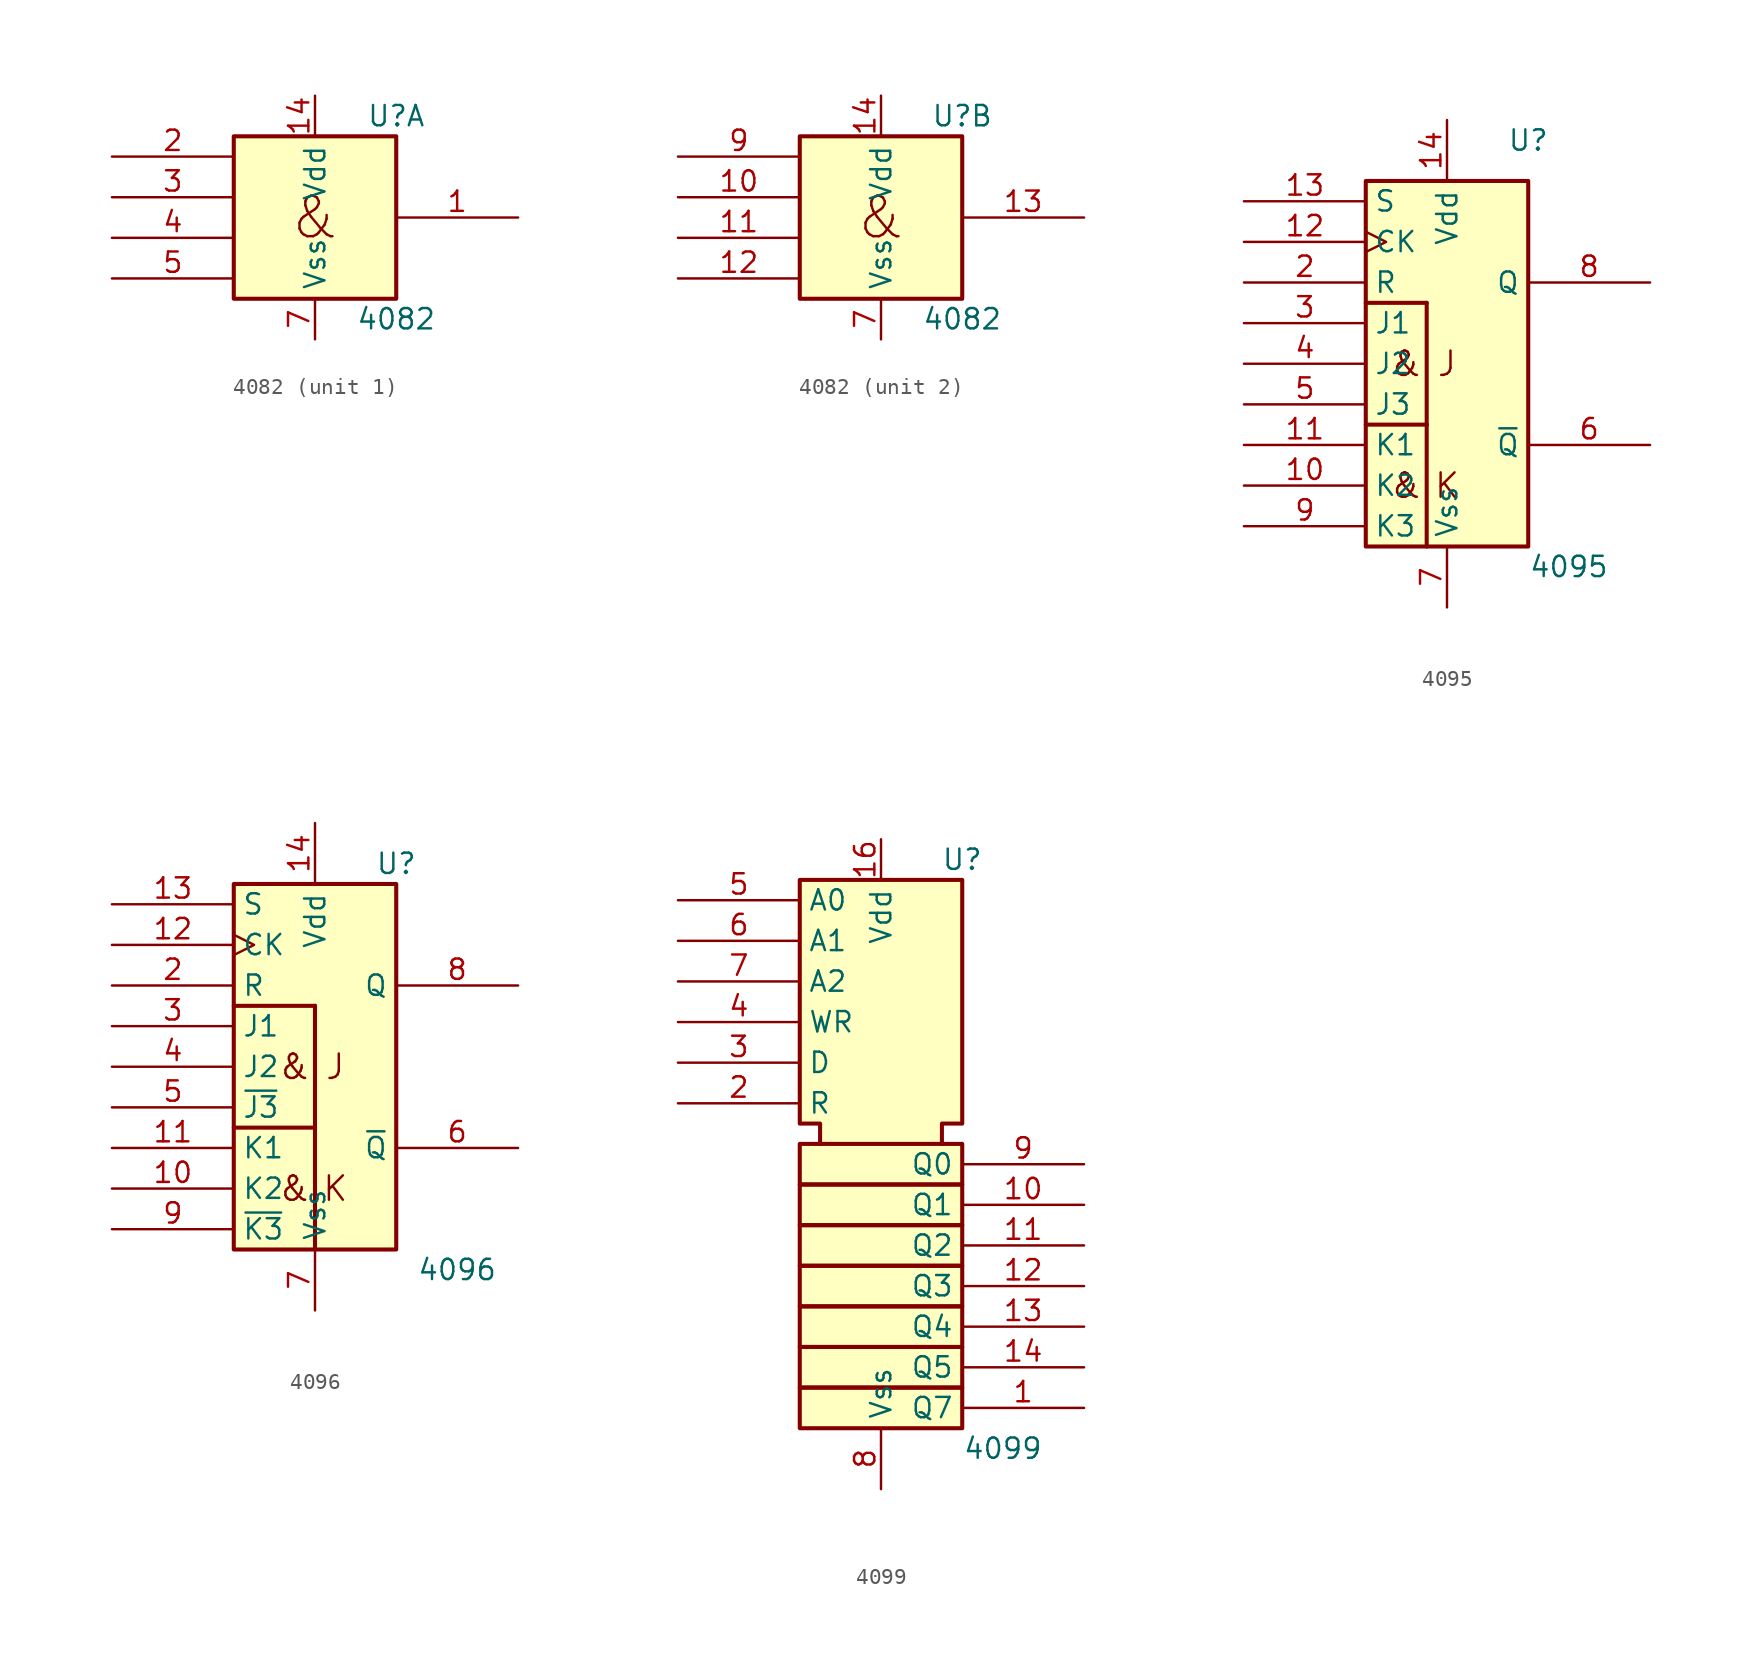
<source format=kicad_sym>
(kicad_symbol_lib
  (version 20231120)
  (generator "kicad_symbol_editor")
  (generator_version "8.0")
  (symbol "4082"
    (property "Reference" "U"
      (at 5.08 6.35 0)
      (effects (font (size 1.27 1.27))))
    (property "Value" "4082"
      (at 5.08 -6.35 0)
      (effects (font (size 1.27 1.27))))
    (symbol "4082_0_0"
      (text "&" (at 0 0 0) (effects (font (size 2.54 2.54))))
      (pin power_in line (at 0 7.62 270) (length 2.54) (name "Vdd" (effects (font (size 1.27 1.27)))) (number "14" (effects (font (size 1.27 1.27)))))
      (pin power_in line (at 0 -7.62 90) (length 2.54) (name "Vss" (effects (font (size 1.27 1.27)))) (number "7" (effects (font (size 1.27 1.27))))))
    (symbol "4082_0_1"
      (rectangle (start -5.08 5.08) (end 5.08 -5.08) (stroke (width 0.254) (type default)) (fill (type background))))
    (symbol "4082_1_1"
      (pin output line (at 12.7 0 180) (length 7.62) (name "~" (effects (font (size 1.27 1.27)))) (number "1" (effects (font (size 1.27 1.27)))))
      (pin input line (at -12.7 3.81 0) (length 7.62) (name "~" (effects (font (size 1.27 1.27)))) (number "2" (effects (font (size 1.27 1.27)))))
      (pin input line (at -12.7 1.27 0) (length 7.62) (name "~" (effects (font (size 1.27 1.27)))) (number "3" (effects (font (size 1.27 1.27)))))
      (pin input line (at -12.7 -1.27 0) (length 7.62) (name "~" (effects (font (size 1.27 1.27)))) (number "4" (effects (font (size 1.27 1.27)))))
      (pin input line (at -12.7 -3.81 0) (length 7.62) (name "~" (effects (font (size 1.27 1.27)))) (number "5" (effects (font (size 1.27 1.27))))))
    (symbol "4082_2_1"
      (pin input line (at -12.7 1.27 0) (length 7.62) (name "~" (effects (font (size 1.27 1.27)))) (number "10" (effects (font (size 1.27 1.27)))))
      (pin input line (at -12.7 -1.27 0) (length 7.62) (name "~" (effects (font (size 1.27 1.27)))) (number "11" (effects (font (size 1.27 1.27)))))
      (pin input line (at -12.7 -3.81 0) (length 7.62) (name "~" (effects (font (size 1.27 1.27)))) (number "12" (effects (font (size 1.27 1.27)))))
      (pin output line (at 12.7 0 180) (length 7.62) (name "~" (effects (font (size 1.27 1.27)))) (number "13" (effects (font (size 1.27 1.27)))))
      (pin input line (at -12.7 3.81 0) (length 7.62) (name "~" (effects (font (size 1.27 1.27)))) (number "9" (effects (font (size 1.27 1.27)))))))
  (symbol "4095"
    (property "Reference" "U"
      (at 5.08 13.97 0)
      (effects (font (size 1.27 1.27))))
    (property "Value" "4095"
      (at 7.62 -12.7 0)
      (effects (font (size 1.27 1.27))))
    (symbol "4095_0_0"
      (text "&" (at -2.54 -7.62 0) (effects (font (size 1.524 1.524))))
      (text "&" (at -2.54 0 0) (effects (font (size 1.524 1.524))))
      (text "J" (at 0 0 0) (effects (font (size 1.524 1.524))))
      (text "K" (at 0 -7.62 0) (effects (font (size 1.524 1.524)))))
    (symbol "4095_0_1"
      (rectangle (start -5.08 -3.81) (end -1.27 -3.81) (stroke (width 0.254) (type default)) (fill (type background)))
      (rectangle (start -5.08 3.81) (end -1.27 3.81) (stroke (width 0.254) (type default)) (fill (type background)))
      (rectangle (start -5.08 11.43) (end 5.08 -11.43) (stroke (width 0.254) (type default)) (fill (type background)))
      (rectangle (start -1.27 -3.81) (end -1.27 -11.43) (stroke (width 0.254) (type default)) (fill (type background)))
      (rectangle (start -1.27 -3.81) (end -1.27 3.81) (stroke (width 0.254) (type default)) (fill (type background))))
    (symbol "4095_1_1"
      (pin input line (at -12.7 -7.62 0) (length 7.62) (name "K2" (effects (font (size 1.27 1.27)))) (number "10" (effects (font (size 1.27 1.27)))))
      (pin input line (at -12.7 -5.08 0) (length 7.62) (name "K1" (effects (font (size 1.27 1.27)))) (number "11" (effects (font (size 1.27 1.27)))))
      (pin input clock (at -12.7 7.62 0) (length 7.62) (name "CK" (effects (font (size 1.27 1.27)))) (number "12" (effects (font (size 1.27 1.27)))))
      (pin input line (at -12.7 10.16 0) (length 7.62) (name "S" (effects (font (size 1.27 1.27)))) (number "13" (effects (font (size 1.27 1.27)))))
      (pin power_in line (at 0 15.24 270) (length 3.81) (name "Vdd" (effects (font (size 1.27 1.27)))) (number "14" (effects (font (size 1.27 1.27)))))
      (pin input line (at -12.7 5.08 0) (length 7.62) (name "R" (effects (font (size 1.27 1.27)))) (number "2" (effects (font (size 1.27 1.27)))))
      (pin input line (at -12.7 2.54 0) (length 7.62) (name "J1" (effects (font (size 1.27 1.27)))) (number "3" (effects (font (size 1.27 1.27)))))
      (pin input line (at -12.7 0 0) (length 7.62) (name "J2" (effects (font (size 1.27 1.27)))) (number "4" (effects (font (size 1.27 1.27)))))
      (pin input line (at -12.7 -2.54 0) (length 7.62) (name "J3" (effects (font (size 1.27 1.27)))) (number "5" (effects (font (size 1.27 1.27)))))
      (pin output line (at 12.7 -5.08 180) (length 7.62) (name "~{Q}" (effects (font (size 1.27 1.27)))) (number "6" (effects (font (size 1.27 1.27)))))
      (pin power_in line (at 0 -15.24 90) (length 3.81) (name "Vss" (effects (font (size 1.27 1.27)))) (number "7" (effects (font (size 1.27 1.27)))))
      (pin output line (at 12.7 5.08 180) (length 7.62) (name "Q" (effects (font (size 1.27 1.27)))) (number "8" (effects (font (size 1.27 1.27)))))
      (pin input line (at -12.7 -10.16 0) (length 7.62) (name "K3" (effects (font (size 1.27 1.27)))) (number "9" (effects (font (size 1.27 1.27)))))))
  (symbol "4096"
    (property "Reference" "U"
      (at 5.08 12.7 0)
      (effects (font (size 1.27 1.27))))
    (property "Value" "4096"
      (at 8.89 -12.7 0)
      (effects (font (size 1.27 1.27))))
    (symbol "4096_0_0"
      (text "&" (at -1.27 -7.62 0) (effects (font (size 1.524 1.524))))
      (text "&" (at -1.27 0 0) (effects (font (size 1.524 1.524))))
      (text "J" (at 1.27 0 0) (effects (font (size 1.524 1.524))))
      (text "K" (at 1.27 -7.62 0) (effects (font (size 1.524 1.524)))))
    (symbol "4096_0_1"
      (rectangle (start -5.08 3.81) (end 0 3.81) (stroke (width 0.254) (type default)) (fill (type background)))
      (rectangle (start -5.08 11.43) (end 5.08 -11.43) (stroke (width 0.254) (type default)) (fill (type background)))
      (rectangle (start 0 -3.81) (end -5.08 -3.81) (stroke (width 0.254) (type default)) (fill (type background)))
      (rectangle (start 0 -3.81) (end 0 -11.43) (stroke (width 0.254) (type default)) (fill (type background)))
      (rectangle (start 0 3.81) (end 0 -3.81) (stroke (width 0.254) (type default)) (fill (type background))))
    (symbol "4096_1_1"
      (pin input line (at -12.7 -7.62 0) (length 7.62) (name "K2" (effects (font (size 1.27 1.27)))) (number "10" (effects (font (size 1.27 1.27)))))
      (pin input line (at -12.7 -5.08 0) (length 7.62) (name "K1" (effects (font (size 1.27 1.27)))) (number "11" (effects (font (size 1.27 1.27)))))
      (pin input clock (at -12.7 7.62 0) (length 7.62) (name "CK" (effects (font (size 1.27 1.27)))) (number "12" (effects (font (size 1.27 1.27)))))
      (pin input line (at -12.7 10.16 0) (length 7.62) (name "S" (effects (font (size 1.27 1.27)))) (number "13" (effects (font (size 1.27 1.27)))))
      (pin power_in line (at 0 15.24 270) (length 3.81) (name "Vdd" (effects (font (size 1.27 1.27)))) (number "14" (effects (font (size 1.27 1.27)))))
      (pin input line (at -12.7 5.08 0) (length 7.62) (name "R" (effects (font (size 1.27 1.27)))) (number "2" (effects (font (size 1.27 1.27)))))
      (pin input line (at -12.7 2.54 0) (length 7.62) (name "J1" (effects (font (size 1.27 1.27)))) (number "3" (effects (font (size 1.27 1.27)))))
      (pin input line (at -12.7 0 0) (length 7.62) (name "J2" (effects (font (size 1.27 1.27)))) (number "4" (effects (font (size 1.27 1.27)))))
      (pin input line (at -12.7 -2.54 0) (length 7.62) (name "~{J3}" (effects (font (size 1.27 1.27)))) (number "5" (effects (font (size 1.27 1.27)))))
      (pin output line (at 12.7 -5.08 180) (length 7.62) (name "~{Q}" (effects (font (size 1.27 1.27)))) (number "6" (effects (font (size 1.27 1.27)))))
      (pin power_in line (at 0 -15.24 90) (length 3.81) (name "Vss" (effects (font (size 1.27 1.27)))) (number "7" (effects (font (size 1.27 1.27)))))
      (pin output line (at 12.7 5.08 180) (length 7.62) (name "Q" (effects (font (size 1.27 1.27)))) (number "8" (effects (font (size 1.27 1.27)))))
      (pin input line (at -12.7 -10.16 0) (length 7.62) (name "~{K3}" (effects (font (size 1.27 1.27)))) (number "9" (effects (font (size 1.27 1.27)))))))
  (symbol "4099"
    (property "Reference" "U"
      (at 5.08 19.05 0)
      (effects (font (size 1.27 1.27))))
    (property "Value" "4099"
      (at 7.62 -17.78 0)
      (effects (font (size 1.27 1.27))))
    (symbol "4099_0_1"
      (rectangle (start -5.08 -13.97) (end 5.08 -16.51) (stroke (width 0.254) (type default)) (fill (type background)))
      (rectangle (start -5.08 -11.43) (end 5.08 -13.97) (stroke (width 0.254) (type default)) (fill (type background)))
      (rectangle (start -5.08 -8.89) (end 5.08 -11.43) (stroke (width 0.254) (type default)) (fill (type background)))
      (rectangle (start -5.08 -6.35) (end 5.08 -8.89) (stroke (width 0.254) (type default)) (fill (type background)))
      (rectangle (start -5.08 -3.81) (end 5.08 -6.35) (stroke (width 0.254) (type default)) (fill (type background)))
      (rectangle (start -5.08 -1.27) (end 5.08 -3.81) (stroke (width 0.254) (type default)) (fill (type background)))
      (rectangle (start -5.08 1.27) (end 5.08 -1.27) (stroke (width 0.254) (type default)) (fill (type background)))
      (polyline (pts (xy 3.81 1.27) (xy 3.81 2.54) (xy 5.08 2.54) (xy 5.08 17.78) (xy -5.08 17.78) (xy -5.08 2.54) (xy -3.81 2.54) (xy -3.81 1.27)) (stroke (width 0.254) (type default)) (fill (type background))))
    (symbol "4099_1_1"
      (pin output line (at 12.7 -15.24 180) (length 7.62) (name "Q7" (effects (font (size 1.27 1.27)))) (number "1" (effects (font (size 1.27 1.27)))))
      (pin output line (at 12.7 -2.54 180) (length 7.62) (name "Q1" (effects (font (size 1.27 1.27)))) (number "10" (effects (font (size 1.27 1.27)))))
      (pin output line (at 12.7 -5.08 180) (length 7.62) (name "Q2" (effects (font (size 1.27 1.27)))) (number "11" (effects (font (size 1.27 1.27)))))
      (pin output line (at 12.7 -7.62 180) (length 7.62) (name "Q3" (effects (font (size 1.27 1.27)))) (number "12" (effects (font (size 1.27 1.27)))))
      (pin output line (at 12.7 -10.16 180) (length 7.62) (name "Q4" (effects (font (size 1.27 1.27)))) (number "13" (effects (font (size 1.27 1.27)))))
      (pin output line (at 12.7 -12.7 180) (length 7.62) (name "Q5" (effects (font (size 1.27 1.27)))) (number "14" (effects (font (size 1.27 1.27)))))
      (pin power_in line (at 0 20.32 270) (length 2.54) (name "Vdd" (effects (font (size 1.27 1.27)))) (number "16" (effects (font (size 1.27 1.27)))))
      (pin input line (at -12.7 3.81 0) (length 7.62) (name "R" (effects (font (size 1.27 1.27)))) (number "2" (effects (font (size 1.27 1.27)))))
      (pin input line (at -12.7 6.35 0) (length 7.62) (name "D" (effects (font (size 1.27 1.27)))) (number "3" (effects (font (size 1.27 1.27)))))
      (pin input line (at -12.7 8.89 0) (length 7.62) (name "WR" (effects (font (size 1.27 1.27)))) (number "4" (effects (font (size 1.27 1.27)))))
      (pin input line (at -12.7 16.51 0) (length 7.62) (name "A0" (effects (font (size 1.27 1.27)))) (number "5" (effects (font (size 1.27 1.27)))))
      (pin input line (at -12.7 13.97 0) (length 7.62) (name "A1" (effects (font (size 1.27 1.27)))) (number "6" (effects (font (size 1.27 1.27)))))
      (pin input line (at -12.7 11.43 0) (length 7.62) (name "A2" (effects (font (size 1.27 1.27)))) (number "7" (effects (font (size 1.27 1.27)))))
      (pin power_in line (at 0 -20.32 90) (length 3.81) (name "Vss" (effects (font (size 1.27 1.27)))) (number "8" (effects (font (size 1.27 1.27)))))
      (pin output line (at 12.7 0 180) (length 7.62) (name "Q0" (effects (font (size 1.27 1.27)))) (number "9" (effects (font (size 1.27 1.27))))))))
</source>
